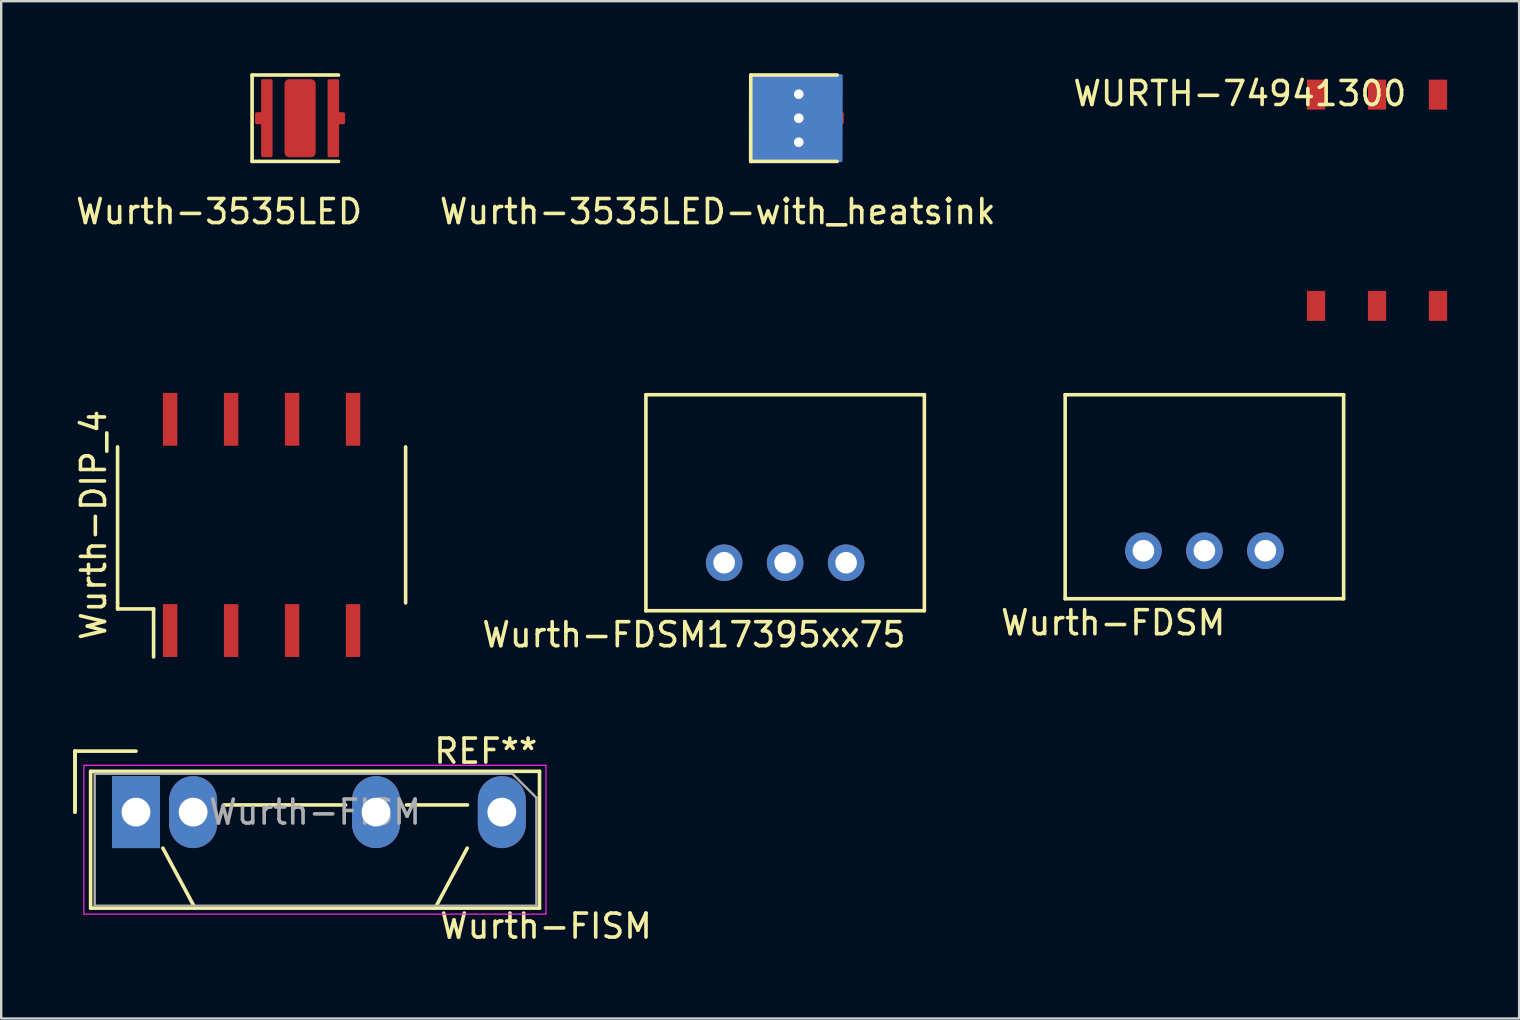
<source format=kicad_pcb>
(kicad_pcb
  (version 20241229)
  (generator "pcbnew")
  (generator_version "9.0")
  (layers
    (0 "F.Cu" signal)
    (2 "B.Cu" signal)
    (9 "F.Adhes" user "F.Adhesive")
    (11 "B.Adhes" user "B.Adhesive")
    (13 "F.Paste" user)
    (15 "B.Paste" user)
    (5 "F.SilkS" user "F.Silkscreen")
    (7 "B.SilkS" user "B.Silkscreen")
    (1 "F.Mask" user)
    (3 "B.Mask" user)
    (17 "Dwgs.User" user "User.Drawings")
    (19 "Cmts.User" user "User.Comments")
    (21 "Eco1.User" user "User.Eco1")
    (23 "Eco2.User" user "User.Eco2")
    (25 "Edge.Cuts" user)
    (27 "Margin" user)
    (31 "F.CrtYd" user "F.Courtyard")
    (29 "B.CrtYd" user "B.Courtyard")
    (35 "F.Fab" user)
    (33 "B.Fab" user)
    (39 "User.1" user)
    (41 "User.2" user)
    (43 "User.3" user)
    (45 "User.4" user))
  (footprint "Wurth-DIP_4"
    (layer "F.Cu")
    (at 7.848 18.818)
    (property "Reference" "Wurth-DIP_4" (at -7 0 90) (layer "F.SilkS") (effects (font (size 1 1) (thickness 0.15))))
    (attr smd)
    (fp_line (start -6 3.25) (end -6 -3.25) (stroke (width 0.15) (type solid)) (layer "F.SilkS"))
    (fp_line (start -6 3.25) (end -6 3.5) (stroke (width 0.15) (type solid)) (layer "F.SilkS"))
    (fp_line (start -6 3.5) (end -4.5 3.5) (stroke (width 0.15) (type solid)) (layer "F.SilkS"))
    (fp_line (start -4.5 5.5) (end -4.5 3.5) (stroke (width 0.15) (type solid)) (layer "F.SilkS"))
    (fp_line (start 6 3.25) (end 6 -3.25) (stroke (width 0.15) (type solid)) (layer "F.SilkS"))
    (pad "1" smd rect (at -3.81 4.4) (size 0.6 2.2) (layers "F.Cu" "F.Mask" "F.Paste"))
    (pad "2" smd rect (at -1.27 4.4) (size 0.6 2.2) (layers "F.Cu" "F.Mask" "F.Paste"))
    (pad "3" smd rect (at 1.27 4.4) (size 0.6 2.2) (layers "F.Cu" "F.Mask" "F.Paste"))
    (pad "4" smd rect (at 3.81 4.4) (size 0.6 2.2) (layers "F.Cu" "F.Mask" "F.Paste"))
    (pad "5" smd rect (at 3.81 -4.4) (size 0.6 2.2) (layers "F.Cu" "F.Mask" "F.Paste"))
    (pad "6" smd rect (at 1.27 -4.4) (size 0.6 2.2) (layers "F.Cu" "F.Mask" "F.Paste"))
    (pad "7" smd rect (at -1.27 -4.4) (size 0.6 2.2) (layers "F.Cu" "F.Mask" "F.Paste"))
    (pad "8" smd rect (at -3.81 -4.4) (size 0.6 2.2) (layers "F.Cu" "F.Mask" "F.Paste")))
  (footprint "Wurth-3535LED-with_heatsink"
    (layer "F.Cu")
    (at 30.226 1.875)
    (property "Reference" "Wurth-3535LED-with_heatsink" (at -3.375 3.89 0) (layer "F.SilkS") (effects (font (size 1 1) (thickness 0.15))))
    (attr through_hole)
    (fp_poly (pts (xy -2.024 -1.778) (xy -2.032 1.778) (xy 1.774 1.778) (xy 1.782 -1.778)) (stroke (width 0.1) (type solid)) (fill yes) (layer "B.Cu"))
    (fp_line (start -2 -1.8) (end -2 1.8) (stroke (width 0.15) (type solid)) (layer "F.SilkS"))
    (fp_line (start -2 1.8) (end 1.6 1.8) (stroke (width 0.15) (type solid)) (layer "F.SilkS"))
    (fp_line (start 1.6 -1.8) (end -2 -1.8) (stroke (width 0.15) (type solid)) (layer "F.SilkS"))
    (pad "" thru_hole circle (at 0 -1) (size 0.6 0.6) (drill 0.4) (layers "*.Cu" "*.Mask"))
    (pad "" thru_hole circle (at 0 0) (size 0.6 0.6) (drill 0.4) (layers "*.Cu" "*.Mask"))
    (pad "" smd roundrect (at 0 0) (size 1.3 3.25) (layers "F.Cu" "F.Mask" "F.Paste") (roundrect_rratio 0.15))
    (pad "" thru_hole circle (at 0 1) (size 0.6 0.6) (drill 0.4) (layers "*.Cu" "*.Mask"))
    (pad "1" smd roundrect (at -1.625 0) (size 0.5 0.5) (layers "F.Cu" "F.Mask" "F.Paste") (roundrect_rratio 0.15))
    (pad "1" smd roundrect (at -1.385 0) (size 0.48 3.25) (layers "F.Cu" "F.Mask" "F.Paste") (roundrect_rratio 0.15))
    (pad "2" smd roundrect (at 1.385 0) (size 0.48 3.25) (layers "F.Cu" "F.Mask" "F.Paste") (roundrect_rratio 0.15))
    (pad "2" smd roundrect (at 1.625 0) (size 0.5 0.5) (layers "F.Cu" "F.Mask" "F.Paste") (roundrect_rratio 0.15)))
  (footprint "Wurth-FDSM"
    (layer "F.Cu")
    (at 41.324 21.893)
    (property "Reference" "Wurth-FDSM" (at 2 1 0) (layer "F.SilkS") (effects (font (size 1 1) (thickness 0.15))))
    (attr through_hole)
    (fp_line (start 0 -8.5) (end 0 0) (stroke (width 0.15) (type solid)) (layer "F.SilkS"))
    (fp_line (start 0 0) (end 11.6 0) (stroke (width 0.15) (type solid)) (layer "F.SilkS"))
    (fp_line (start 11.6 -8.5) (end 0 -8.5) (stroke (width 0.15) (type solid)) (layer "F.SilkS"))
    (fp_line (start 11.6 0) (end 11.6 -8.5) (stroke (width 0.15) (type solid)) (layer "F.SilkS"))
    (pad "1" thru_hole circle (at 3.26 -2) (size 1.524 1.524) (drill 0.9) (layers "*.Cu" "*.Mask"))
    (pad "2" thru_hole circle (at 5.8 -2) (size 1.524 1.524) (drill 0.9) (layers "*.Cu" "*.Mask"))
    (pad "3" thru_hole circle (at 8.34 -2) (size 1.524 1.524) (drill 0.9) (layers "*.Cu" "*.Mask")))
  (footprint "Wurth-FDSM17395xx75"
    (layer "F.Cu")
    (at 23.858 22.393)
    (property "Reference" "Wurth-FDSM17395xx75" (at 2 1 0) (layer "F.SilkS") (effects (font (size 1 1) (thickness 0.15))))
    (attr through_hole)
    (fp_line (start 0 -9) (end 0 0) (stroke (width 0.15) (type solid)) (layer "F.SilkS"))
    (fp_line (start 0 0) (end 11.6 0) (stroke (width 0.15) (type solid)) (layer "F.SilkS"))
    (fp_line (start 11.6 -9) (end 0 -9) (stroke (width 0.15) (type solid)) (layer "F.SilkS"))
    (fp_line (start 11.6 0) (end 11.6 -9) (stroke (width 0.15) (type solid)) (layer "F.SilkS"))
    (pad "1" thru_hole circle (at 8.34 -2) (size 1.524 1.524) (drill 0.9) (layers "*.Cu" "*.Mask"))
    (pad "2" thru_hole circle (at 5.8 -2) (size 1.524 1.524) (drill 0.9) (layers "*.Cu" "*.Mask"))
    (pad "3" thru_hole circle (at 3.26 -2) (size 1.524 1.524) (drill 0.9) (layers "*.Cu" "*.Mask")))
  (footprint "Wurth-3535LED"
    (layer "F.Cu")
    (at 9.452 1.875)
    (property "Reference" "Wurth-3535LED" (at -3.375 3.89 0) (layer "F.SilkS") (effects (font (size 1 1) (thickness 0.15))))
    (attr through_hole)
    (fp_line (start -2 -1.8) (end -2 1.8) (stroke (width 0.15) (type solid)) (layer "F.SilkS"))
    (fp_line (start -2 1.8) (end 1.6 1.8) (stroke (width 0.15) (type solid)) (layer "F.SilkS"))
    (fp_line (start 1.6 -1.8) (end -2 -1.8) (stroke (width 0.15) (type solid)) (layer "F.SilkS"))
    (pad "" smd roundrect (at 0 0) (size 1.3 3.25) (layers "F.Cu" "F.Mask" "F.Paste") (roundrect_rratio 0.15))
    (pad "1" smd roundrect (at -1.625 0) (size 0.5 0.5) (layers "F.Cu" "F.Mask" "F.Paste") (roundrect_rratio 0.15))
    (pad "1" smd roundrect (at -1.385 0) (size 0.48 3.25) (layers "F.Cu" "F.Mask" "F.Paste") (roundrect_rratio 0.15))
    (pad "2" smd roundrect (at 1.385 0) (size 0.48 3.25) (layers "F.Cu" "F.Mask" "F.Paste") (roundrect_rratio 0.15))
    (pad "2" smd roundrect (at 1.625 0) (size 0.5 0.5) (layers "F.Cu" "F.Mask" "F.Paste") (roundrect_rratio 0.15)))
  (footprint "WURTH-74941300"
    (layer "F.Cu")
    (at 54.316 5.293)
    (property "Reference" "WURTH-74941300" (at -5.715 -4.445 0) (layer "F.SilkS") (effects (font (size 1 1) (thickness 0.15))))
    (attr through_hole)
    (pad "1" smd rect (at -2.54 4.4) (size 0.76 1.25) (layers "F.Cu" "F.Mask" "F.Paste"))
    (pad "2" smd rect (at 0 4.4) (size 0.76 1.25) (layers "F.Cu" "F.Mask" "F.Paste"))
    (pad "3" smd rect (at 2.54 4.4) (size 0.76 1.25) (layers "F.Cu" "F.Mask" "F.Paste"))
    (pad "4" smd rect (at 2.54 -4.4) (size 0.76 1.25) (layers "F.Cu" "F.Mask" "F.Paste"))
    (pad "5" smd rect (at 0 -4.4) (size 0.76 1.25) (layers "F.Cu" "F.Mask" "F.Paste"))
    (pad "6" smd rect (at -2.54 -4.4) (size 0.76 1.25) (layers "F.Cu" "F.Mask" "F.Paste")))
  (footprint "Wurth-FISM"
    (layer "F.Cu")
    (at 19.695 35.032)
    (property "Reference" "Wurth-FISM" (at 0 0.5 0) (layer "F.SilkS") (effects (font (size 1 1) (thickness 0.15))))
    (attr through_hole)
    (fp_line (start -19.62 -6.79) (end -19.62 -4.25) (stroke (width 0.15) (type solid)) (layer "F.SilkS"))
    (fp_line (start -19.62 -6.79) (end -17.08 -6.79) (stroke (width 0.15) (type solid)) (layer "F.SilkS"))
    (fp_line (start -19.62 -4.25) (end -19.62 -6.79) (stroke (width 0.15) (type solid)) (layer "F.SilkS"))
    (fp_line (start -18.97 -5.95) (end -18.97 -0.25) (stroke (width 0.15) (type solid)) (layer "F.SilkS"))
    (fp_line (start -18.97 -0.25) (end -0.27 -0.25) (stroke (width 0.15) (type solid)) (layer "F.SilkS"))
    (fp_line (start -14.62 -0.25) (end -15.96 -2.75) (stroke (width 0.15) (type solid)) (layer "F.SilkS"))
    (fp_line (start -8.35 -4.55) (end -13.43 -4.55) (stroke (width 0.15) (type solid)) (layer "F.SilkS"))
    (fp_line (start -4.62 -0.25) (end -3.28 -2.75) (stroke (width 0.15) (type solid)) (layer "F.SilkS"))
    (fp_line (start -3.27 -4.55) (end -5.81 -4.55) (stroke (width 0.15) (type solid)) (layer "F.SilkS"))
    (fp_line (start -0.27 -5.95) (end -18.97 -5.95) (stroke (width 0.15) (type solid)) (layer "F.SilkS"))
    (fp_line (start -0.27 -0.25) (end -0.27 -5.95) (stroke (width 0.15) (type solid)) (layer "F.SilkS"))
    (fp_line (start -19.25 -6.2) (end -19.25 0) (stroke (width 0.05) (type solid)) (layer "F.CrtYd"))
    (fp_line (start -19.25 0) (end 0 0) (stroke (width 0.05) (type solid)) (layer "F.CrtYd"))
    (fp_line (start 0 -6.2) (end -19.25 -6.2) (stroke (width 0.05) (type solid)) (layer "F.CrtYd"))
    (fp_line (start 0 0) (end 0 -6.2) (stroke (width 0.05) (type solid)) (layer "F.CrtYd"))
    (fp_line (start -18.8 -5.85) (end -1.4 -5.85) (stroke (width 0.1) (type solid)) (layer "F.Fab"))
    (fp_line (start -18.8 -0.35) (end -18.8 -5.85) (stroke (width 0.1) (type solid)) (layer "F.Fab"))
    (fp_line (start -1.4 -5.85) (end -0.4 -4.85) (stroke (width 0.1) (type solid)) (layer "F.Fab"))
    (fp_line (start -0.4 -4.85) (end -0.4 -0.35) (stroke (width 0.1) (type solid)) (layer "F.Fab"))
    (fp_line (start -0.4 -0.35) (end -18.8 -0.35) (stroke (width 0.1) (type solid)) (layer "F.Fab"))
    (fp_text user "REF**" (at -2.508 -6.79 0) (layer "F.SilkS") (effects (font (size 1 1) (thickness 0.15))))
    (fp_text user "${REFERENCE}" (at -9.62 -4.25 0) (layer "F.Fab") (effects (font (size 1 1) (thickness 0.15))))
    (pad "1" thru_hole rect (at -17.08 -4.25) (size 2 3) (drill 1.2) (layers "*.Cu" "*.Mask"))
    (pad "2" thru_hole oval (at -14.7 -4.25) (size 2 3) (drill 1.2) (layers "*.Cu" "*.Mask"))
    (pad "3" thru_hole oval (at -7.08 -4.25) (size 2 3) (drill 1.2) (layers "*.Cu" "*.Mask"))
    (pad "4" thru_hole oval (at -1.84 -4.25) (size 2 3) (drill 1.2) (layers "*.Cu" "*.Mask")))
  (gr_rect
    (start -3 -3)
    (end 60.236 39.38)
    (stroke (width 0.1) (type default))
    (fill no)
    (layer "Edge.Cuts")))
</source>
